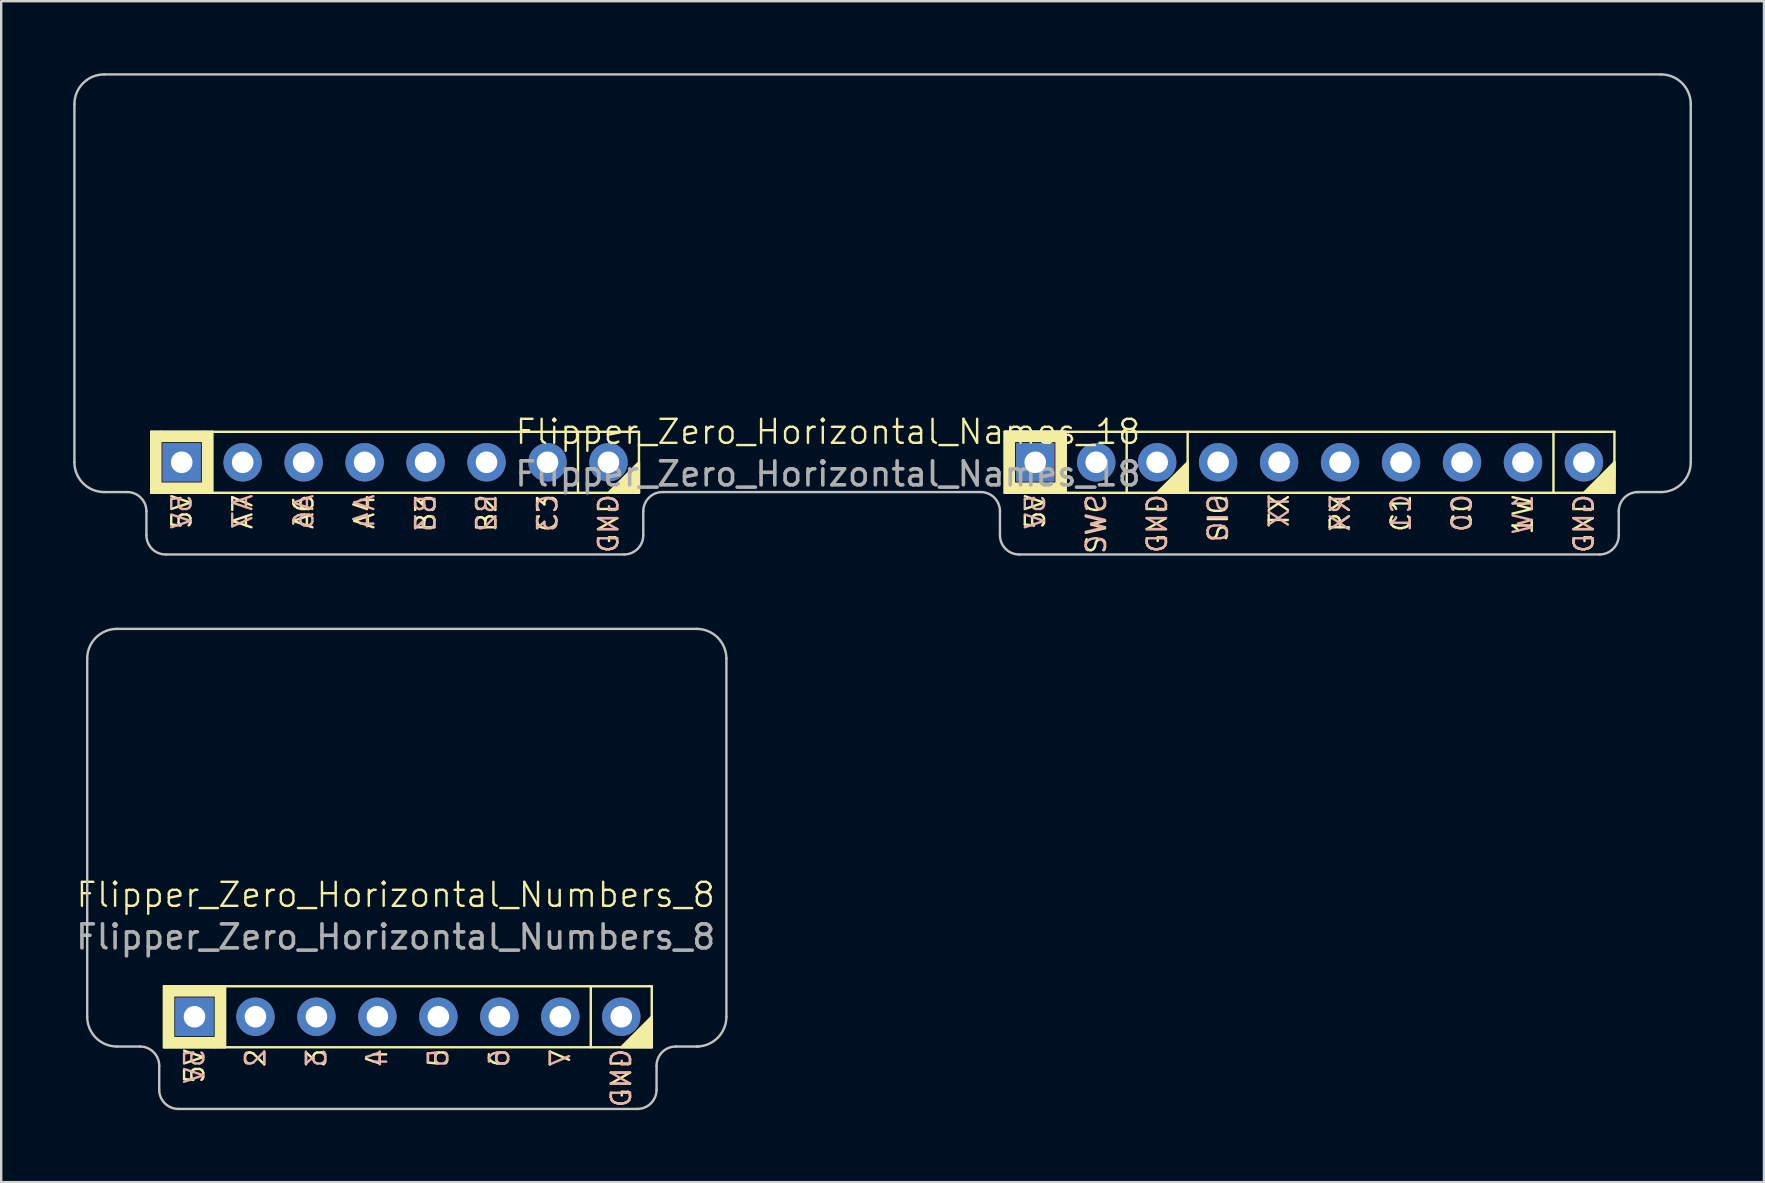
<source format=kicad_pcb>
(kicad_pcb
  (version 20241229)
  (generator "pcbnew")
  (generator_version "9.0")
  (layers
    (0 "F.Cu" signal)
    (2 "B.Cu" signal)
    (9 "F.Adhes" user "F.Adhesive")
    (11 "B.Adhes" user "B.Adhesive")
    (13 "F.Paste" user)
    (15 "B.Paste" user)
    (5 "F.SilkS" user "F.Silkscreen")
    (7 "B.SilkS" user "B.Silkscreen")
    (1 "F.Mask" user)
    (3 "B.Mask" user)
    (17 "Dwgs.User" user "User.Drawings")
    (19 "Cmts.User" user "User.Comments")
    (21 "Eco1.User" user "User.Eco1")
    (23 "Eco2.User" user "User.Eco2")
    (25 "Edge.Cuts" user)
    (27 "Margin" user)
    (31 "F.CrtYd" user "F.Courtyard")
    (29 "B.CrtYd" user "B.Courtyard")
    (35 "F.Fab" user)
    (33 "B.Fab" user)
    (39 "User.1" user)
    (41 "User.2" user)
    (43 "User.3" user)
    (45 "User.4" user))
  (footprint "Flipper_Zero_Horizontal_Numbers_8"
    (layer "F.Cu")
    (at 5.053 39.31)
    (property "Reference" "Flipper_Zero_Horizontal_Numbers_8" (at 8.382 -5.08 0) (unlocked yes) (layer "F.SilkS") (effects (font (size 1 1) (thickness 0.1))))
    (attr through_hole)
    (fp_line (start -1.27 -1.27) (end -1.27 1.27) (stroke (width 0.1) (type default)) (layer "F.SilkS"))
    (fp_line (start -1.27 1.27) (end 19.05 1.27) (stroke (width 0.1) (type default)) (layer "F.SilkS"))
    (fp_line (start 1.27 -1.27) (end 1.27 1.27) (stroke (width 0.1) (type default)) (layer "F.SilkS"))
    (fp_line (start 16.51 -1.27) (end 16.51 1.27) (stroke (width 0.1) (type default)) (layer "F.SilkS"))
    (fp_line (start 19.05 -1.27) (end -1.27 -1.27) (stroke (width 0.1) (type default)) (layer "F.SilkS"))
    (fp_line (start 19.05 1.27) (end 19.05 -1.27) (stroke (width 0.1) (type default)) (layer "F.SilkS"))
    (fp_rect (start -1.27 -1.27) (end -0.889 0.889) (stroke (width 0.1) (type solid)) (fill yes) (layer "F.SilkS"))
    (fp_rect (start -1.27 0.889) (end 0.889 1.27) (stroke (width 0.1) (type solid)) (fill yes) (layer "F.SilkS"))
    (fp_rect (start -0.889 -1.27) (end 0.889 -0.889) (stroke (width 0.1) (type solid)) (fill yes) (layer "F.SilkS"))
    (fp_rect (start 0.889 -1.27) (end 1.27 1.27) (stroke (width 0.1) (type solid)) (fill yes) (layer "F.SilkS"))
    (fp_poly (pts (xy 19.05 0) (xy 17.78 1.27) (xy 19.05 1.27)) (stroke (width 0.1) (type solid)) (fill yes) (layer "F.SilkS"))
    (fp_line (start -4.47 0) (end -4.47 -14.92) (stroke (width 0.1) (type default)) (layer "Dwgs.User"))
    (fp_line (start -2.27 1.24) (end -3.23 1.24) (stroke (width 0.1) (type default)) (layer "Dwgs.User"))
    (fp_line (start -1.47 2.04) (end -1.47 3.04) (stroke (width 0.1) (type default)) (layer "Dwgs.User"))
    (fp_line (start -0.67 3.84) (end 18.45 3.84) (stroke (width 0.1) (type default)) (layer "Dwgs.User"))
    (fp_line (start 19.25 2.04) (end 19.25 3.04) (stroke (width 0.1) (type default)) (layer "Dwgs.User"))
    (fp_line (start 20.05 1.24) (end 21.01 1.24) (stroke (width 0.1) (type default)) (layer "Dwgs.User"))
    (fp_line (start 20.92 -16.16) (end -3.23 -16.16) (stroke (width 0.1) (type default)) (layer "Dwgs.User"))
    (fp_line (start 22.16 0) (end 22.16 -14.92) (stroke (width 0.1) (type default)) (layer "Dwgs.User"))
    (fp_arc (start -4.47 -14.92) (mid -4.106812 -15.796812) (end -3.23 -16.16) (stroke (width 0.1) (type default)) (layer "Dwgs.User"))
    (fp_arc (start -3.23 1.24) (mid -4.106812 0.876812) (end -4.47 0) (stroke (width 0.1) (type default)) (layer "Dwgs.User"))
    (fp_arc (start -2.27 1.24) (mid -1.704314 1.474314) (end -1.47 2.04) (stroke (width 0.1) (type default)) (layer "Dwgs.User"))
    (fp_arc (start -0.67 3.84) (mid -1.235686 3.605686) (end -1.47 3.04) (stroke (width 0.1) (type default)) (layer "Dwgs.User"))
    (fp_arc (start 19.25 2.04) (mid 19.484315 1.474315) (end 20.05 1.24) (stroke (width 0.1) (type default)) (layer "Dwgs.User"))
    (fp_arc (start 19.25 3.04) (mid 19.015685 3.605685) (end 18.45 3.84) (stroke (width 0.1) (type default)) (layer "Dwgs.User"))
    (fp_arc (start 20.92 -16.16) (mid 21.796812 -15.796812) (end 22.16 -14.92) (stroke (width 0.1) (type default)) (layer "Dwgs.User"))
    (fp_arc (start 22.16 0) (mid 21.796812 0.876812) (end 20.92 1.24) (stroke (width 0.1) (type default)) (layer "Dwgs.User"))
    (fp_text user "7" (at 15.24 1.27 90) (unlocked yes) (layer "F.SilkS") (effects (font (size 0.8 0.8) (thickness 0.1)) (justify right)))
    (fp_text user "2" (at 2.54 1.27 90) (unlocked yes) (layer "F.SilkS") (effects (font (size 0.8 0.8) (thickness 0.1)) (justify right)))
    (fp_text user "3" (at 5.08 1.27 90) (unlocked yes) (layer "F.SilkS") (effects (font (size 0.8 0.8) (thickness 0.1)) (justify right)))
    (fp_text user "4" (at 7.62 1.27 90) (unlocked yes) (layer "F.SilkS") (effects (font (size 0.8 0.8) (thickness 0.1)) (justify right)))
    (fp_text user "5V" (at 0 1.27 90) (unlocked yes) (layer "F.SilkS") (effects (font (size 0.8 0.8) (thickness 0.1)) (justify right)))
    (fp_text user "6" (at 12.7 1.27 90) (unlocked yes) (layer "F.SilkS") (effects (font (size 0.8 0.8) (thickness 0.1)) (justify right)))
    (fp_text user "5" (at 10.16 1.27 90) (unlocked yes) (layer "F.SilkS") (effects (font (size 0.8 0.8) (thickness 0.1)) (justify right)))
    (fp_text user "GND" (at 17.78 1.27 90) (unlocked yes) (layer "F.SilkS") (effects (font (size 0.8 0.8) (thickness 0.1)) (justify right)))
    (fp_text user "4" (at 7.62 1.27 90) (unlocked yes) (layer "B.SilkS") (effects (font (size 0.8 0.8) (thickness 0.1)) (justify left mirror)))
    (fp_text user "2" (at 2.54 1.27 90) (unlocked yes) (layer "B.SilkS") (effects (font (size 0.8 0.8) (thickness 0.1)) (justify left mirror)))
    (fp_text user "3" (at 5.08 1.27 90) (unlocked yes) (layer "B.SilkS") (effects (font (size 0.8 0.8) (thickness 0.1)) (justify left mirror)))
    (fp_text user "5V" (at 0 1.27 90) (unlocked yes) (layer "B.SilkS") (effects (font (size 0.8 0.8) (thickness 0.1)) (justify left mirror)))
    (fp_text user "6" (at 12.7 1.27 90) (unlocked yes) (layer "B.SilkS") (effects (font (size 0.8 0.8) (thickness 0.1)) (justify left mirror)))
    (fp_text user "7" (at 15.24 1.27 90) (unlocked yes) (layer "B.SilkS") (effects (font (size 0.8 0.8) (thickness 0.1)) (justify left mirror)))
    (fp_text user "GND" (at 17.78 1.27 90) (unlocked yes) (layer "B.SilkS") (effects (font (size 0.8 0.8) (thickness 0.1)) (justify left mirror)))
    (fp_text user "5" (at 10.16 1.27 90) (unlocked yes) (layer "B.SilkS") (effects (font (size 0.8 0.8) (thickness 0.1)) (justify left mirror)))
    (fp_text user "${REFERENCE}" (at 8.382 -3.326 0) (unlocked yes) (layer "F.Fab") (effects (font (size 1 1) (thickness 0.15))))
    (pad "1" thru_hole rect (at 0 0) (size 1.6 1.6) (drill 0.9) (layers "*.Cu" "*.Mask"))
    (pad "2" thru_hole circle (at 2.54 0) (size 1.6 1.6) (drill 0.9) (layers "*.Cu" "*.Mask"))
    (pad "3" thru_hole circle (at 5.08 0) (size 1.6 1.6) (drill 0.9) (layers "*.Cu" "*.Mask"))
    (pad "4" thru_hole circle (at 7.62 0) (size 1.6 1.6) (drill 0.9) (layers "*.Cu" "*.Mask"))
    (pad "5" thru_hole circle (at 10.16 0) (size 1.6 1.6) (drill 0.9) (layers "*.Cu" "*.Mask"))
    (pad "6" thru_hole circle (at 12.7 0) (size 1.6 1.6) (drill 0.9) (layers "*.Cu" "*.Mask"))
    (pad "7" thru_hole circle (at 15.24 0) (size 1.6 1.6) (drill 0.9) (layers "*.Cu" "*.Mask"))
    (pad "8" thru_hole circle (at 17.78 0) (size 1.6 1.6) (drill 0.9) (layers "*.Cu" "*.Mask")))
  (footprint "Flipper_Zero_Horizontal_Names_18"
    (layer "F.Cu")
    (at 4.52 16.21)
    (property "Reference" "Flipper_Zero_Horizontal_Names_18" (at 26.924 -1.27 0) (unlocked yes) (layer "F.SilkS") (effects (font (size 1 1) (thickness 0.1))))
    (attr through_hole)
    (fp_line (start -1.27 -1.27) (end -1.27 1.27) (stroke (width 0.1) (type default)) (layer "F.SilkS"))
    (fp_line (start -1.27 1.27) (end 19.05 1.27) (stroke (width 0.1) (type default)) (layer "F.SilkS"))
    (fp_line (start 1.27 -1.27) (end 1.27 1.27) (stroke (width 0.1) (type default)) (layer "F.SilkS"))
    (fp_line (start 16.51 -1.27) (end 16.51 1.27) (stroke (width 0.1) (type default)) (layer "F.SilkS"))
    (fp_line (start 19.05 -1.27) (end -1.27 -1.27) (stroke (width 0.1) (type default)) (layer "F.SilkS"))
    (fp_line (start 19.05 1.27) (end 19.05 -1.27) (stroke (width 0.1) (type default)) (layer "F.SilkS"))
    (fp_line (start 34.29 -1.27) (end 36.83 -1.27) (stroke (width 0.1) (type default)) (layer "F.SilkS"))
    (fp_line (start 34.29 -1.27) (end 59.69 -1.27) (stroke (width 0.1) (type default)) (layer "F.SilkS"))
    (fp_line (start 34.29 1.27) (end 34.29 -1.27) (stroke (width 0.1) (type default)) (layer "F.SilkS"))
    (fp_line (start 36.83 -1.27) (end 36.83 1.27) (stroke (width 0.1) (type default)) (layer "F.SilkS"))
    (fp_line (start 39.37 -1.27) (end 39.37 1.27) (stroke (width 0.1) (type default)) (layer "F.SilkS"))
    (fp_line (start 41.91 -1.27) (end 41.91 1.27) (stroke (width 0.1) (type default)) (layer "F.SilkS"))
    (fp_line (start 57.15 -1.27) (end 57.15 1.27) (stroke (width 0.1) (type default)) (layer "F.SilkS"))
    (fp_line (start 59.69 -1.27) (end 59.69 1.27) (stroke (width 0.1) (type default)) (layer "F.SilkS"))
    (fp_line (start 59.69 0) (end 59.69 0.635) (stroke (width 0.1) (type default)) (layer "F.SilkS"))
    (fp_line (start 59.69 1.27) (end 34.29 1.27) (stroke (width 0.1) (type default)) (layer "F.SilkS"))
    (fp_rect (start -1.27 -1.27) (end -0.889 0.889) (stroke (width 0.1) (type solid)) (fill yes) (layer "F.SilkS"))
    (fp_rect (start -1.27 0.889) (end 0.889 1.27) (stroke (width 0.1) (type solid)) (fill yes) (layer "F.SilkS"))
    (fp_rect (start -0.889 -1.27) (end 0.889 -0.889) (stroke (width 0.1) (type solid)) (fill yes) (layer "F.SilkS"))
    (fp_rect (start 0.889 -1.27) (end 1.27 1.27) (stroke (width 0.1) (type solid)) (fill yes) (layer "F.SilkS"))
    (fp_rect (start 34.29 -1.27) (end 36.449 -0.889) (stroke (width 0.1) (type solid)) (fill yes) (layer "F.SilkS"))
    (fp_rect (start 34.29 -0.889) (end 34.671 1.27) (stroke (width 0.1) (type solid)) (fill yes) (layer "F.SilkS"))
    (fp_rect (start 34.671 0.889) (end 36.449 1.27) (stroke (width 0.1) (type solid)) (fill yes) (layer "F.SilkS"))
    (fp_rect (start 36.449 -1.27) (end 36.83 1.27) (stroke (width 0.1) (type solid)) (fill yes) (layer "F.SilkS"))
    (fp_poly (pts (xy 19.05 0) (xy 17.78 1.27) (xy 19.05 1.27)) (stroke (width 0.1) (type solid)) (fill yes) (layer "F.SilkS"))
    (fp_poly (pts (xy 41.91 0) (xy 40.64 1.27) (xy 41.91 1.27)) (stroke (width 0.1) (type solid)) (fill yes) (layer "F.SilkS"))
    (fp_poly (pts (xy 58.42 1.27) (xy 59.69 0) (xy 59.69 1.27)) (stroke (width 0.1) (type solid)) (fill yes) (layer "F.SilkS"))
    (fp_line (start -4.47 0) (end -4.47 -14.92) (stroke (width 0.1) (type default)) (layer "Dwgs.User"))
    (fp_line (start -2.27 1.24) (end -3.23 1.24) (stroke (width 0.1) (type default)) (layer "Dwgs.User"))
    (fp_line (start -1.47 2.04) (end -1.47 3.04) (stroke (width 0.1) (type default)) (layer "Dwgs.User"))
    (fp_line (start -0.67 3.84) (end 18.43 3.84) (stroke (width 0.1) (type default)) (layer "Dwgs.User"))
    (fp_line (start 19.23 3.04) (end 19.23 2.04) (stroke (width 0.1) (type default)) (layer "Dwgs.User"))
    (fp_line (start 20.03 1.24) (end 33.29 1.24) (stroke (width 0.1) (type default)) (layer "Dwgs.User"))
    (fp_line (start 34.09 3.04) (end 34.09 2.04) (stroke (width 0.1) (type default)) (layer "Dwgs.User"))
    (fp_line (start 34.89 3.84) (end 59.07 3.84) (stroke (width 0.1) (type default)) (layer "Dwgs.User"))
    (fp_line (start 59.87 2.04) (end 59.87 3.04) (stroke (width 0.1) (type default)) (layer "Dwgs.User"))
    (fp_line (start 61.63 -16.16) (end -3.23 -16.16) (stroke (width 0.1) (type default)) (layer "Dwgs.User"))
    (fp_line (start 61.63 1.24) (end 60.67 1.24) (stroke (width 0.1) (type default)) (layer "Dwgs.User"))
    (fp_line (start 62.87 0) (end 62.87 -14.92) (stroke (width 0.1) (type default)) (layer "Dwgs.User"))
    (fp_arc (start -4.47 -14.92) (mid -4.106812 -15.796812) (end -3.23 -16.16) (stroke (width 0.1) (type default)) (layer "Dwgs.User"))
    (fp_arc (start -3.23 1.24) (mid -4.106812 0.876812) (end -4.47 0) (stroke (width 0.1) (type default)) (layer "Dwgs.User"))
    (fp_arc (start -2.27 1.24) (mid -1.704314 1.474314) (end -1.47 2.04) (stroke (width 0.1) (type default)) (layer "Dwgs.User"))
    (fp_arc (start -0.67 3.84) (mid -1.235686 3.605686) (end -1.47 3.04) (stroke (width 0.1) (type default)) (layer "Dwgs.User"))
    (fp_arc (start 19.23 2.04) (mid 19.464314 1.474314) (end 20.03 1.24) (stroke (width 0.1) (type default)) (layer "Dwgs.User"))
    (fp_arc (start 19.23 3.04) (mid 18.995686 3.605686) (end 18.43 3.84) (stroke (width 0.1) (type default)) (layer "Dwgs.User"))
    (fp_arc (start 33.29 1.24) (mid 33.855686 1.474314) (end 34.09 2.04) (stroke (width 0.1) (type default)) (layer "Dwgs.User"))
    (fp_arc (start 34.89 3.84) (mid 34.324314 3.605686) (end 34.09 3.04) (stroke (width 0.1) (type default)) (layer "Dwgs.User"))
    (fp_arc (start 59.87 2.04) (mid 60.104314 1.474314) (end 60.67 1.24) (stroke (width 0.1) (type default)) (layer "Dwgs.User"))
    (fp_arc (start 59.87 3.04) (mid 59.635686 3.605686) (end 59.07 3.84) (stroke (width 0.1) (type default)) (layer "Dwgs.User"))
    (fp_arc (start 61.63 -16.16) (mid 62.506812 -15.796812) (end 62.87 -14.92) (stroke (width 0.1) (type default)) (layer "Dwgs.User"))
    (fp_arc (start 62.87 0) (mid 62.506812 0.876812) (end 61.63 1.24) (stroke (width 0.1) (type default)) (layer "Dwgs.User"))
    (fp_text user "RX" (at 48.26 1.27 90) (unlocked yes) (layer "F.SilkS") (effects (font (size 0.8 0.8) (thickness 0.1)) (justify right)))
    (fp_text user "C3" (at 15.24 1.27 90) (unlocked yes) (layer "F.SilkS") (effects (font (size 0.8 0.8) (thickness 0.1)) (justify right)))
    (fp_text user "GND" (at 40.64 1.27 90) (unlocked yes) (layer "F.SilkS") (effects (font (size 0.8 0.8) (thickness 0.1)) (justify right)))
    (fp_text user "SWC" (at 38.1 1.27 90) (unlocked yes) (layer "F.SilkS") (effects (font (size 0.8 0.8) (thickness 0.1)) (justify right)))
    (fp_text user "GND" (at 58.42 1.27 90) (unlocked yes) (layer "F.SilkS") (effects (font (size 0.8 0.8) (thickness 0.1)) (justify right)))
    (fp_text user "A4" (at 7.62 1.27 90) (unlocked yes) (layer "F.SilkS") (effects (font (size 0.8 0.8) (thickness 0.1)) (justify right)))
    (fp_text user "B3" (at 10.16 1.27 90) (unlocked yes) (layer "F.SilkS") (effects (font (size 0.8 0.8) (thickness 0.1)) (justify right)))
    (fp_text user "C0" (at 53.34 1.27 90) (unlocked yes) (layer "F.SilkS") (effects (font (size 0.8 0.8) (thickness 0.1)) (justify right)))
    (fp_text user "B2" (at 12.7 1.27 90) (unlocked yes) (layer "F.SilkS") (effects (font (size 0.8 0.8) (thickness 0.1)) (justify right)))
    (fp_text user "SIO" (at 43.18 1.27 90) (unlocked yes) (layer "F.SilkS") (effects (font (size 0.8 0.8) (thickness 0.1)) (justify right)))
    (fp_text user "GND" (at 17.78 1.27 90) (unlocked yes) (layer "F.SilkS") (effects (font (size 0.8 0.8) (thickness 0.1)) (justify right)))
    (fp_text user "5V" (at 35.56 1.27 90) (unlocked yes) (layer "F.SilkS") (effects (font (size 0.8 0.8) (thickness 0.1)) (justify right)))
    (fp_text user "1W" (at 55.88 1.27 90) (unlocked yes) (layer "F.SilkS") (effects (font (size 0.8 0.8) (thickness 0.1)) (justify right)))
    (fp_text user "TX" (at 45.72 1.27 90) (unlocked yes) (layer "F.SilkS") (effects (font (size 0.8 0.8) (thickness 0.1)) (justify right)))
    (fp_text user "C1" (at 50.8 1.27 90) (unlocked yes) (layer "F.SilkS") (effects (font (size 0.8 0.8) (thickness 0.1)) (justify right)))
    (fp_text user "A7" (at 2.54 1.27 90) (unlocked yes) (layer "F.SilkS") (effects (font (size 0.8 0.8) (thickness 0.1)) (justify right)))
    (fp_text user "5V" (at 0 1.27 90) (unlocked yes) (layer "F.SilkS") (effects (font (size 0.8 0.8) (thickness 0.1)) (justify right)))
    (fp_text user "A6" (at 5.08 1.27 90) (unlocked yes) (layer "F.SilkS") (effects (font (size 0.8 0.8) (thickness 0.1)) (justify right)))
    (fp_text user "C1" (at 50.8 1.27 90) (unlocked yes) (layer "B.SilkS") (effects (font (size 0.8 0.8) (thickness 0.1)) (justify left mirror)))
    (fp_text user "B3" (at 10.16 1.27 90) (unlocked yes) (layer "B.SilkS") (effects (font (size 0.8 0.8) (thickness 0.1)) (justify left mirror)))
    (fp_text user "SWC" (at 38.1 1.27 90) (unlocked yes) (layer "B.SilkS") (effects (font (size 0.8 0.8) (thickness 0.1)) (justify left mirror)))
    (fp_text user "B2" (at 12.7 1.27 90) (unlocked yes) (layer "B.SilkS") (effects (font (size 0.8 0.8) (thickness 0.1)) (justify left mirror)))
    (fp_text user "GND" (at 17.78 1.27 90) (unlocked yes) (layer "B.SilkS") (effects (font (size 0.8 0.8) (thickness 0.1)) (justify left mirror)))
    (fp_text user "A6" (at 5.08 1.27 90) (unlocked yes) (layer "B.SilkS") (effects (font (size 0.8 0.8) (thickness 0.1)) (justify left mirror)))
    (fp_text user "RX" (at 48.26 1.27 90) (unlocked yes) (layer "B.SilkS") (effects (font (size 0.8 0.8) (thickness 0.1)) (justify left mirror)))
    (fp_text user "SIO" (at 43.18 1.27 90) (unlocked yes) (layer "B.SilkS") (effects (font (size 0.8 0.8) (thickness 0.1)) (justify left mirror)))
    (fp_text user "A4" (at 7.62 1.27 90) (unlocked yes) (layer "B.SilkS") (effects (font (size 0.8 0.8) (thickness 0.1)) (justify left mirror)))
    (fp_text user "GND" (at 58.42 1.27 90) (unlocked yes) (layer "B.SilkS") (effects (font (size 0.8 0.8) (thickness 0.1)) (justify left mirror)))
    (fp_text user "A7" (at 2.54 1.27 90) (unlocked yes) (layer "B.SilkS") (effects (font (size 0.8 0.8) (thickness 0.1)) (justify left mirror)))
    (fp_text user "5V" (at 0 1.27 90) (unlocked yes) (layer "B.SilkS") (effects (font (size 0.8 0.8) (thickness 0.1)) (justify left mirror)))
    (fp_text user "C0" (at 53.34 1.27 90) (unlocked yes) (layer "B.SilkS") (effects (font (size 0.8 0.8) (thickness 0.1)) (justify left mirror)))
    (fp_text user "C3" (at 15.24 1.27 90) (unlocked yes) (layer "B.SilkS") (effects (font (size 0.8 0.8) (thickness 0.1)) (justify left mirror)))
    (fp_text user "GND" (at 40.64 1.27 90) (unlocked yes) (layer "B.SilkS") (effects (font (size 0.8 0.8) (thickness 0.1)) (justify left mirror)))
    (fp_text user "TX" (at 45.72 1.27 90) (unlocked yes) (layer "B.SilkS") (effects (font (size 0.8 0.8) (thickness 0.1)) (justify left mirror)))
    (fp_text user "1W" (at 55.88 1.27 90) (unlocked yes) (layer "B.SilkS") (effects (font (size 0.8 0.8) (thickness 0.1)) (justify left mirror)))
    (fp_text user "5V" (at 35.56 1.27 90) (unlocked yes) (layer "B.SilkS") (effects (font (size 0.8 0.8) (thickness 0.1)) (justify left mirror)))
    (fp_text user "${REFERENCE}" (at 26.924 0.484 0) (unlocked yes) (layer "F.Fab") (effects (font (size 1 1) (thickness 0.15))))
    (pad "1" thru_hole rect (at 0 0) (size 1.6 1.6) (drill 0.9) (layers "*.Cu" "*.Mask"))
    (pad "2" thru_hole circle (at 2.54 0) (size 1.6 1.6) (drill 0.9) (layers "*.Cu" "*.Mask"))
    (pad "3" thru_hole circle (at 5.08 0) (size 1.6 1.6) (drill 0.9) (layers "*.Cu" "*.Mask"))
    (pad "4" thru_hole circle (at 7.62 0) (size 1.6 1.6) (drill 0.9) (layers "*.Cu" "*.Mask"))
    (pad "5" thru_hole circle (at 10.16 0) (size 1.6 1.6) (drill 0.9) (layers "*.Cu" "*.Mask"))
    (pad "6" thru_hole circle (at 12.7 0) (size 1.6 1.6) (drill 0.9) (layers "*.Cu" "*.Mask"))
    (pad "7" thru_hole circle (at 15.24 0) (size 1.6 1.6) (drill 0.9) (layers "*.Cu" "*.Mask"))
    (pad "8" thru_hole circle (at 17.78 0) (size 1.6 1.6) (drill 0.9) (layers "*.Cu" "*.Mask"))
    (pad "9" thru_hole rect (at 35.56 0) (size 1.6 1.6) (drill 0.9) (layers "*.Cu" "*.Mask"))
    (pad "10" thru_hole circle (at 38.1 0) (size 1.6 1.6) (drill 0.9) (layers "*.Cu" "*.Mask"))
    (pad "11" thru_hole circle (at 40.64 0) (size 1.6 1.6) (drill 0.9) (layers "*.Cu" "*.Mask"))
    (pad "12" thru_hole circle (at 43.18 0) (size 1.6 1.6) (drill 0.9) (layers "*.Cu" "*.Mask"))
    (pad "13" thru_hole circle (at 45.72 0) (size 1.6 1.6) (drill 0.9) (layers "*.Cu" "*.Mask"))
    (pad "14" thru_hole circle (at 48.26 0) (size 1.6 1.6) (drill 0.9) (layers "*.Cu" "*.Mask"))
    (pad "15" thru_hole circle (at 50.8 0) (size 1.6 1.6) (drill 0.9) (layers "*.Cu" "*.Mask"))
    (pad "16" thru_hole circle (at 53.34 0) (size 1.6 1.6) (drill 0.9) (layers "*.Cu" "*.Mask"))
    (pad "17" thru_hole circle (at 55.88 0) (size 1.6 1.6) (drill 0.9) (layers "*.Cu" "*.Mask"))
    (pad "18" thru_hole circle (at 58.42 0) (size 1.6 1.6) (drill 0.9) (layers "*.Cu" "*.Mask")))
  (gr_rect
    (start -3 -3)
    (end 70.44 46.2)
    (stroke (width 0.1) (type default))
    (fill no)
    (layer "Edge.Cuts")))
</source>
